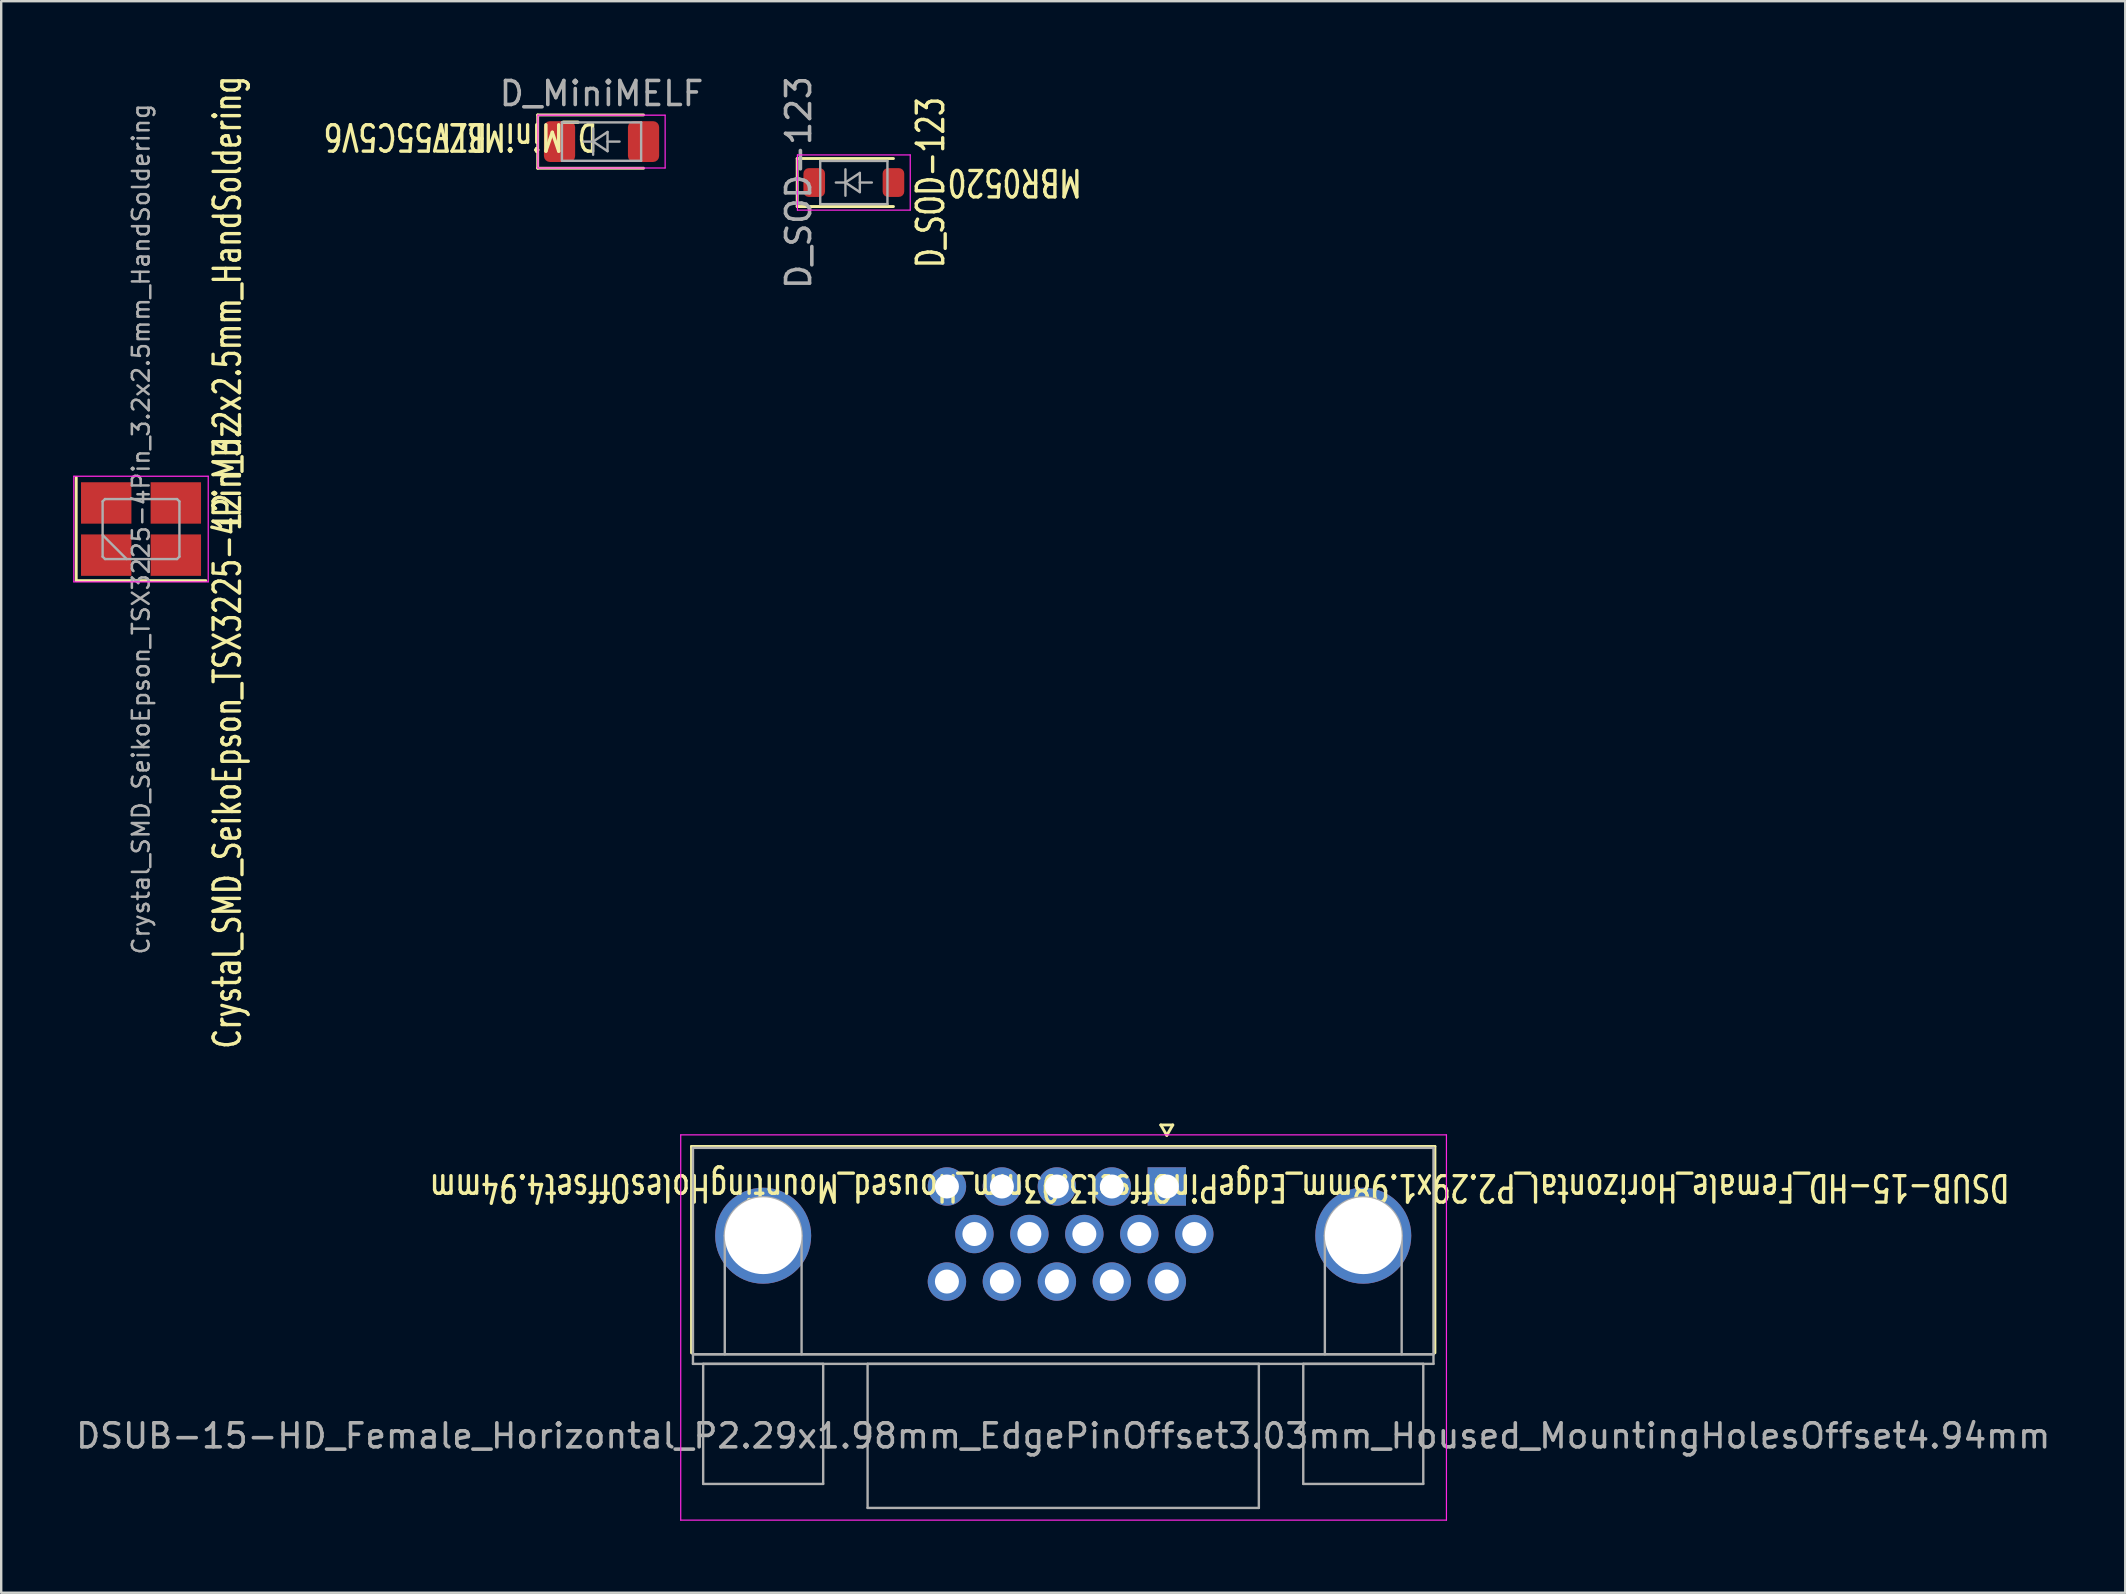
<source format=kicad_pcb>
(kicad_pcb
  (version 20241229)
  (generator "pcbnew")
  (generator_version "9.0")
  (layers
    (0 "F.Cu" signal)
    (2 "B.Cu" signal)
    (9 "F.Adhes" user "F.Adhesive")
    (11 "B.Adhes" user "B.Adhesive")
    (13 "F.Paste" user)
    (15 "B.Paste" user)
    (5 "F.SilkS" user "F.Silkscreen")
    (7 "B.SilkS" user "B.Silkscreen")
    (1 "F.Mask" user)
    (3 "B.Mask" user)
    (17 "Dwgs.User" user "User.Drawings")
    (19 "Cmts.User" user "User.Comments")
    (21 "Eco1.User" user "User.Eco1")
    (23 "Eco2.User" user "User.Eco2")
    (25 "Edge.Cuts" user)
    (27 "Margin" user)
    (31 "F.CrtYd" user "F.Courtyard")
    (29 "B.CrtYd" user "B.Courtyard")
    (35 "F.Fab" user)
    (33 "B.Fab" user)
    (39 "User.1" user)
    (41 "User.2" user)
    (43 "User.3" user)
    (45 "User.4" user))
  (footprint "D_SOD-123"
    (layer "F.Cu")
    (at 32.521 4.554)
    (property "Reference" "D_SOD-123" (at 3.2 0 90) (unlocked yes) (layer "F.SilkS") (effects (font (size 1.1 0.8) (thickness 0.14))))
    (property "Value" "MBR0520" (at 5.2 0 180) (layer "F.Fab") (hide yes) (effects (font (size 1 1) (thickness 0.15))))
    (attr smd)
    (fp_line (start -2.36 -1) (end -2.36 1) (stroke (width 0.12) (type solid)) (layer "F.SilkS"))
    (fp_line (start -2.36 -1) (end 1.65 -1) (stroke (width 0.12) (type solid)) (layer "F.SilkS"))
    (fp_line (start -2.36 1) (end 1.65 1) (stroke (width 0.12) (type solid)) (layer "F.SilkS"))
    (fp_line (start -2.35 -1.15) (end -2.35 1.15) (stroke (width 0.05) (type solid)) (layer "F.CrtYd"))
    (fp_line (start -2.35 -1.15) (end 2.35 -1.15) (stroke (width 0.05) (type solid)) (layer "F.CrtYd"))
    (fp_line (start 2.35 -1.15) (end 2.35 1.15) (stroke (width 0.05) (type solid)) (layer "F.CrtYd"))
    (fp_line (start 2.35 1.15) (end -2.35 1.15) (stroke (width 0.05) (type solid)) (layer "F.CrtYd"))
    (fp_line (start -1.4 -0.9) (end 1.4 -0.9) (stroke (width 0.1) (type solid)) (layer "F.Fab"))
    (fp_line (start -1.4 0.9) (end -1.4 -0.9) (stroke (width 0.1) (type solid)) (layer "F.Fab"))
    (fp_line (start -0.75 0) (end -0.35 0) (stroke (width 0.1) (type solid)) (layer "F.Fab"))
    (fp_line (start -0.35 0) (end -0.35 -0.55) (stroke (width 0.1) (type solid)) (layer "F.Fab"))
    (fp_line (start -0.35 0) (end -0.35 0.55) (stroke (width 0.1) (type solid)) (layer "F.Fab"))
    (fp_line (start -0.35 0) (end 0.25 -0.4) (stroke (width 0.1) (type solid)) (layer "F.Fab"))
    (fp_line (start 0.25 -0.4) (end 0.25 0.4) (stroke (width 0.1) (type solid)) (layer "F.Fab"))
    (fp_line (start 0.25 0) (end 0.75 0) (stroke (width 0.1) (type solid)) (layer "F.Fab"))
    (fp_line (start 0.25 0.4) (end -0.35 0) (stroke (width 0.1) (type solid)) (layer "F.Fab"))
    (fp_line (start 1.4 -0.9) (end 1.4 0.9) (stroke (width 0.1) (type solid)) (layer "F.Fab"))
    (fp_line (start 1.4 0.9) (end -1.4 0.9) (stroke (width 0.1) (type solid)) (layer "F.Fab"))
    (fp_text user "${VALUE}" (at 6.7 0 180) (unlocked yes) (layer "F.SilkS") (effects (font (size 1.1 0.8) (thickness 0.14))))
    (fp_text user "${REFERENCE}" (at -2.3 0 270) (layer "F.Fab") (effects (font (size 1 1) (thickness 0.15))))
    (pad "1" smd roundrect (at -1.65 0) (size 0.9 1.2) (layers "F.Cu" "F.Mask" "F.Paste") (roundrect_rratio 0.25))
    (pad "2" smd roundrect (at 1.65 0) (size 0.9 1.2) (layers "F.Cu" "F.Mask" "F.Paste") (roundrect_rratio 0.25)))
  (footprint "DSUB-15-HD_Female_Horizontal_P2.29x1.98mm_EdgePinOffset3.03mm_Housed_MountingHolesOffset4.94mm"
    (layer "F.Cu")
    (at 45.559 46.38)
    (property "Reference" "DSUB-15-HD_Female_Horizontal_P2.29x1.98mm_EdgePinOffset3.03mm_Housed_MountingHolesOffset4.94mm" (at 2.2 0.05 180) (unlocked yes) (layer "F.SilkS") (effects (font (size 1.1 0.8) (thickness 0.14))))
    (attr through_hole)
    (fp_line (start -19.8 -1.67) (end 11.17 -1.67) (stroke (width 0.12) (type solid)) (layer "F.SilkS"))
    (fp_line (start -19.8 6.93) (end -19.8 -1.67) (stroke (width 0.12) (type solid)) (layer "F.SilkS"))
    (fp_line (start -0.25 -2.564) (end 0.25 -2.564) (stroke (width 0.12) (type solid)) (layer "F.SilkS"))
    (fp_line (start 0 -2.131) (end -0.25 -2.564) (stroke (width 0.12) (type solid)) (layer "F.SilkS"))
    (fp_line (start 0.25 -2.564) (end 0 -2.131) (stroke (width 0.12) (type solid)) (layer "F.SilkS"))
    (fp_line (start 11.17 -1.67) (end 11.17 6.93) (stroke (width 0.12) (type solid)) (layer "F.SilkS"))
    (fp_line (start -20.25 -2.15) (end -20.25 13.9) (stroke (width 0.05) (type solid)) (layer "F.CrtYd"))
    (fp_line (start -20.25 13.9) (end 11.65 13.9) (stroke (width 0.05) (type solid)) (layer "F.CrtYd"))
    (fp_line (start 11.65 -2.15) (end -20.25 -2.15) (stroke (width 0.05) (type solid)) (layer "F.CrtYd"))
    (fp_line (start 11.65 13.9) (end 11.65 -2.15) (stroke (width 0.05) (type solid)) (layer "F.CrtYd"))
    (fp_line (start -19.74 -1.61) (end -19.74 6.99) (stroke (width 0.1) (type solid)) (layer "F.Fab"))
    (fp_line (start -19.74 6.99) (end -19.74 7.39) (stroke (width 0.1) (type solid)) (layer "F.Fab"))
    (fp_line (start -19.74 6.99) (end 11.11 6.99) (stroke (width 0.1) (type solid)) (layer "F.Fab"))
    (fp_line (start -19.74 7.39) (end 11.11 7.39) (stroke (width 0.1) (type solid)) (layer "F.Fab"))
    (fp_line (start -19.315 7.39) (end -19.315 12.39) (stroke (width 0.1) (type solid)) (layer "F.Fab"))
    (fp_line (start -19.315 12.39) (end -14.315 12.39) (stroke (width 0.1) (type solid)) (layer "F.Fab"))
    (fp_line (start -18.415 6.99) (end -18.415 2.05) (stroke (width 0.1) (type solid)) (layer "F.Fab"))
    (fp_line (start -15.215 6.99) (end -15.215 2.05) (stroke (width 0.1) (type solid)) (layer "F.Fab"))
    (fp_line (start -14.315 7.39) (end -19.315 7.39) (stroke (width 0.1) (type solid)) (layer "F.Fab"))
    (fp_line (start -14.315 12.39) (end -14.315 7.39) (stroke (width 0.1) (type solid)) (layer "F.Fab"))
    (fp_line (start -12.465 7.39) (end -12.465 13.39) (stroke (width 0.1) (type solid)) (layer "F.Fab"))
    (fp_line (start -12.465 13.39) (end 3.835 13.39) (stroke (width 0.1) (type solid)) (layer "F.Fab"))
    (fp_line (start 3.835 7.39) (end -12.465 7.39) (stroke (width 0.1) (type solid)) (layer "F.Fab"))
    (fp_line (start 3.835 13.39) (end 3.835 7.39) (stroke (width 0.1) (type solid)) (layer "F.Fab"))
    (fp_line (start 5.685 7.39) (end 5.685 12.39) (stroke (width 0.1) (type solid)) (layer "F.Fab"))
    (fp_line (start 5.685 12.39) (end 10.685 12.39) (stroke (width 0.1) (type solid)) (layer "F.Fab"))
    (fp_line (start 6.585 6.99) (end 6.585 2.05) (stroke (width 0.1) (type solid)) (layer "F.Fab"))
    (fp_line (start 9.785 6.99) (end 9.785 2.05) (stroke (width 0.1) (type solid)) (layer "F.Fab"))
    (fp_line (start 10.685 7.39) (end 5.685 7.39) (stroke (width 0.1) (type solid)) (layer "F.Fab"))
    (fp_line (start 10.685 12.39) (end 10.685 7.39) (stroke (width 0.1) (type solid)) (layer "F.Fab"))
    (fp_line (start 11.11 -1.61) (end -19.74 -1.61) (stroke (width 0.1) (type solid)) (layer "F.Fab"))
    (fp_line (start 11.11 6.99) (end -19.74 6.99) (stroke (width 0.1) (type solid)) (layer "F.Fab"))
    (fp_line (start 11.11 6.99) (end 11.11 -1.61) (stroke (width 0.1) (type solid)) (layer "F.Fab"))
    (fp_line (start 11.11 7.39) (end 11.11 6.99) (stroke (width 0.1) (type solid)) (layer "F.Fab"))
    (fp_arc (start -18.415 2.05) (mid -16.815 0.45) (end -15.215 2.05) (stroke (width 0.1) (type solid)) (layer "F.Fab"))
    (fp_arc (start 6.585 2.05) (mid 8.185 0.45) (end 9.785 2.05) (stroke (width 0.1) (type solid)) (layer "F.Fab"))
    (fp_text user "${REFERENCE}" (at -4.315 10.39 180) (layer "F.Fab") (effects (font (size 1 1) (thickness 0.15))))
    (pad "0" thru_hole circle (at -16.815 2.05) (size 4 4) (drill 3.2) (layers "*.Cu" "*.Mask"))
    (pad "0" thru_hole circle (at 8.185 2.05) (size 4 4) (drill 3.2) (layers "*.Cu" "*.Mask"))
    (pad "1" thru_hole rect (at 0 0) (size 1.6 1.6) (drill 1) (layers "*.Cu" "*.Mask"))
    (pad "2" thru_hole circle (at -2.29 0) (size 1.6 1.6) (drill 1) (layers "*.Cu" "*.Mask"))
    (pad "3" thru_hole circle (at -4.58 0) (size 1.6 1.6) (drill 1) (layers "*.Cu" "*.Mask"))
    (pad "4" thru_hole circle (at -6.87 0) (size 1.6 1.6) (drill 1) (layers "*.Cu" "*.Mask"))
    (pad "5" thru_hole circle (at -9.16 0) (size 1.6 1.6) (drill 1) (layers "*.Cu" "*.Mask"))
    (pad "6" thru_hole circle (at 1.145 1.98) (size 1.6 1.6) (drill 1) (layers "*.Cu" "*.Mask"))
    (pad "7" thru_hole circle (at -1.145 1.98) (size 1.6 1.6) (drill 1) (layers "*.Cu" "*.Mask"))
    (pad "8" thru_hole circle (at -3.435 1.98) (size 1.6 1.6) (drill 1) (layers "*.Cu" "*.Mask"))
    (pad "9" thru_hole circle (at -5.725 1.98) (size 1.6 1.6) (drill 1) (layers "*.Cu" "*.Mask"))
    (pad "10" thru_hole circle (at -8.015 1.98) (size 1.6 1.6) (drill 1) (layers "*.Cu" "*.Mask"))
    (pad "11" thru_hole circle (at 0 3.96) (size 1.6 1.6) (drill 1) (layers "*.Cu" "*.Mask"))
    (pad "12" thru_hole circle (at -2.29 3.96) (size 1.6 1.6) (drill 1) (layers "*.Cu" "*.Mask"))
    (pad "13" thru_hole circle (at -4.58 3.96) (size 1.6 1.6) (drill 1) (layers "*.Cu" "*.Mask"))
    (pad "14" thru_hole circle (at -6.87 3.96) (size 1.6 1.6) (drill 1) (layers "*.Cu" "*.Mask"))
    (pad "15" thru_hole circle (at -9.16 3.96) (size 1.6 1.6) (drill 1) (layers "*.Cu" "*.Mask")))
  (footprint "Crystal_SMD_SeikoEpson_TSX3225-4Pin_3.2x2.5mm_HandSoldering"
    (layer "F.Cu")
    (at 2.825 18.99)
    (property "Reference" "Crystal_SMD_SeikoEpson_TSX3225-4Pin_3.2x2.5mm_HandSoldering" (at 3.6 1.387 90) (unlocked yes) (layer "F.SilkS") (effects (font (size 1.1 0.8) (thickness 0.14))))
    (property "Value" "12 MHz" (at 2.8 -0.013 270) (layer "F.Fab") (hide yes) (effects (font (size 1 1) (thickness 0.15))))
    (attr smd)
    (fp_line (start -2.7 -2.15) (end -2.7 2.15) (stroke (width 0.12) (type solid)) (layer "F.SilkS"))
    (fp_line (start -2.7 2.15) (end 2.7 2.15) (stroke (width 0.12) (type solid)) (layer "F.SilkS"))
    (fp_line (start -2.8 -2.2) (end -2.8 2.2) (stroke (width 0.05) (type solid)) (layer "F.CrtYd"))
    (fp_line (start -2.8 2.2) (end 2.8 2.2) (stroke (width 0.05) (type solid)) (layer "F.CrtYd"))
    (fp_line (start 2.8 -2.2) (end -2.8 -2.2) (stroke (width 0.05) (type solid)) (layer "F.CrtYd"))
    (fp_line (start 2.8 2.2) (end 2.8 -2.2) (stroke (width 0.05) (type solid)) (layer "F.CrtYd"))
    (fp_line (start -1.6 -1.15) (end -1.5 -1.25) (stroke (width 0.1) (type solid)) (layer "F.Fab"))
    (fp_line (start -1.6 0.25) (end -0.6 1.25) (stroke (width 0.1) (type solid)) (layer "F.Fab"))
    (fp_line (start -1.6 1.15) (end -1.6 -1.15) (stroke (width 0.1) (type solid)) (layer "F.Fab"))
    (fp_line (start -1.5 -1.25) (end 1.5 -1.25) (stroke (width 0.1) (type solid)) (layer "F.Fab"))
    (fp_line (start -1.5 1.25) (end -1.6 1.15) (stroke (width 0.1) (type solid)) (layer "F.Fab"))
    (fp_line (start 1.5 -1.25) (end 1.6 -1.15) (stroke (width 0.1) (type solid)) (layer "F.Fab"))
    (fp_line (start 1.5 1.25) (end -1.5 1.25) (stroke (width 0.1) (type solid)) (layer "F.Fab"))
    (fp_line (start 1.6 -1.15) (end 1.6 1.15) (stroke (width 0.1) (type solid)) (layer "F.Fab"))
    (fp_line (start 1.6 1.15) (end 1.5 1.25) (stroke (width 0.1) (type solid)) (layer "F.Fab"))
    (fp_text user "${VALUE}" (at 3.6 -2.212 90) (unlocked yes) (layer "F.SilkS") (effects (font (size 1.1 0.8) (thickness 0.14))))
    (fp_text user "${REFERENCE}" (at 0 0 270) (layer "F.Fab") (effects (font (size 0.7 0.7) (thickness 0.105))))
    (pad "1" smd rect (at -1.45 1.087) (size 2.1 1.725) (layers "F.Cu" "F.Mask" "F.Paste"))
    (pad "2" smd rect (at 1.45 1.087) (size 2.1 1.725) (layers "F.Cu" "F.Mask" "F.Paste"))
    (pad "3" smd rect (at 1.45 -1.087) (size 2.1 1.725) (layers "F.Cu" "F.Mask" "F.Paste"))
    (pad "4" smd rect (at -1.45 -1.087) (size 2.1 1.725) (layers "F.Cu" "F.Mask" "F.Paste")))
  (footprint "D_MiniMELF"
    (layer "F.Cu")
    (at 22.01 2.848)
    (property "Reference" "D_MiniMELF" (at -3.575 -0.2 180) (unlocked yes) (layer "F.SilkS") (effects (font (size 1.1 0.8) (thickness 0.14))))
    (property "Value" "BZV55C5V6" (at -6.475 0 180) (layer "F.Fab") (hide yes) (effects (font (size 1 1) (thickness 0.15))))
    (attr smd)
    (fp_line (start -2.66 -1.11) (end -2.66 1.11) (stroke (width 0.12) (type solid)) (layer "F.SilkS"))
    (fp_line (start -2.66 1.11) (end 1.75 1.11) (stroke (width 0.12) (type solid)) (layer "F.SilkS"))
    (fp_line (start 1.75 -1.11) (end -2.66 -1.11) (stroke (width 0.12) (type solid)) (layer "F.SilkS"))
    (fp_line (start -2.65 -1.1) (end 2.65 -1.1) (stroke (width 0.05) (type solid)) (layer "F.CrtYd"))
    (fp_line (start -2.65 1.1) (end -2.65 -1.1) (stroke (width 0.05) (type solid)) (layer "F.CrtYd"))
    (fp_line (start 2.65 -1.1) (end 2.65 1.1) (stroke (width 0.05) (type solid)) (layer "F.CrtYd"))
    (fp_line (start 2.65 1.1) (end -2.65 1.1) (stroke (width 0.05) (type solid)) (layer "F.CrtYd"))
    (fp_line (start -1.65 -0.8) (end 1.65 -0.8) (stroke (width 0.1) (type solid)) (layer "F.Fab"))
    (fp_line (start -1.65 0.8) (end -1.65 -0.8) (stroke (width 0.1) (type solid)) (layer "F.Fab"))
    (fp_line (start -0.75 0) (end -0.35 0) (stroke (width 0.1) (type solid)) (layer "F.Fab"))
    (fp_line (start -0.35 0) (end -0.35 -0.55) (stroke (width 0.1) (type solid)) (layer "F.Fab"))
    (fp_line (start -0.35 0) (end -0.35 0.55) (stroke (width 0.1) (type solid)) (layer "F.Fab"))
    (fp_line (start -0.35 0) (end 0.25 -0.4) (stroke (width 0.1) (type solid)) (layer "F.Fab"))
    (fp_line (start 0.25 -0.4) (end 0.25 0.4) (stroke (width 0.1) (type solid)) (layer "F.Fab"))
    (fp_line (start 0.25 0) (end 0.75 0) (stroke (width 0.1) (type solid)) (layer "F.Fab"))
    (fp_line (start 0.25 0.4) (end -0.35 0) (stroke (width 0.1) (type solid)) (layer "F.Fab"))
    (fp_line (start 1.65 -0.8) (end 1.65 0.8) (stroke (width 0.1) (type solid)) (layer "F.Fab"))
    (fp_line (start 1.65 0.8) (end -1.65 0.8) (stroke (width 0.1) (type solid)) (layer "F.Fab"))
    (fp_text user "${VALUE}" (at -8.175 -0.2 180) (unlocked yes) (layer "F.SilkS") (effects (font (size 1.1 0.8) (thickness 0.14))))
    (fp_text user "${REFERENCE}" (at 0 -2 180) (layer "F.Fab") (effects (font (size 1 1) (thickness 0.15))))
    (pad "1" smd roundrect (at -1.75 0) (size 1.3 1.7) (layers "F.Cu" "F.Mask" "F.Paste") (roundrect_rratio 0.192))
    (pad "2" smd roundrect (at 1.75 0) (size 1.3 1.7) (layers "F.Cu" "F.Mask" "F.Paste") (roundrect_rratio 0.192)))
  (gr_rect
    (start -3 -3)
    (end 85.488 63.305)
    (stroke (width 0.1) (type default))
    (fill no)
    (layer "Edge.Cuts")))
</source>
